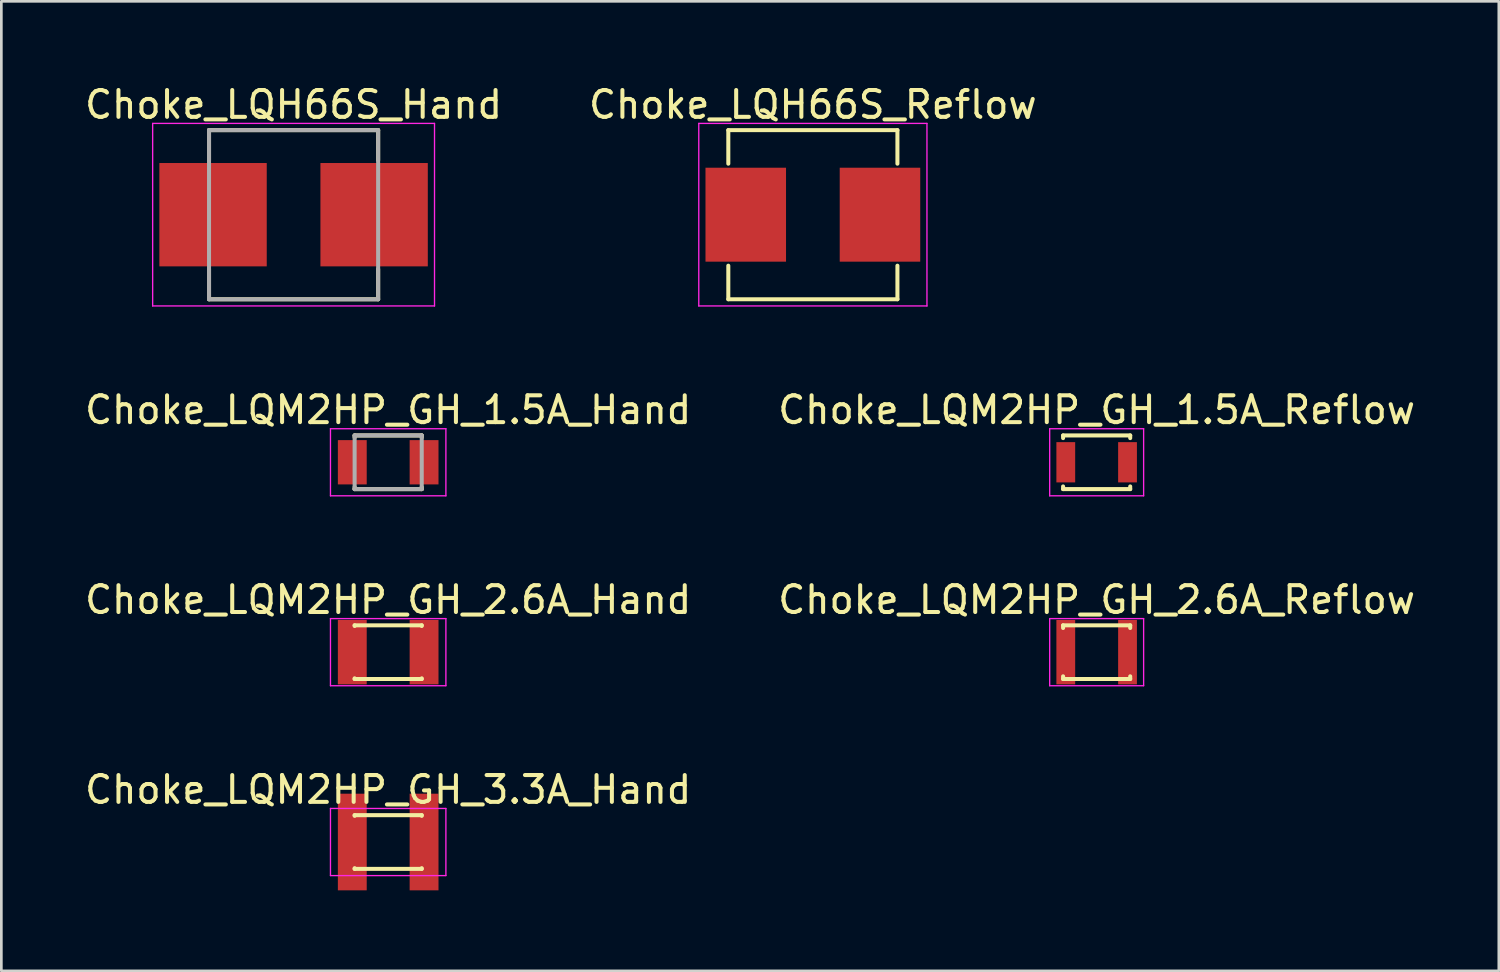
<source format=kicad_pcb>
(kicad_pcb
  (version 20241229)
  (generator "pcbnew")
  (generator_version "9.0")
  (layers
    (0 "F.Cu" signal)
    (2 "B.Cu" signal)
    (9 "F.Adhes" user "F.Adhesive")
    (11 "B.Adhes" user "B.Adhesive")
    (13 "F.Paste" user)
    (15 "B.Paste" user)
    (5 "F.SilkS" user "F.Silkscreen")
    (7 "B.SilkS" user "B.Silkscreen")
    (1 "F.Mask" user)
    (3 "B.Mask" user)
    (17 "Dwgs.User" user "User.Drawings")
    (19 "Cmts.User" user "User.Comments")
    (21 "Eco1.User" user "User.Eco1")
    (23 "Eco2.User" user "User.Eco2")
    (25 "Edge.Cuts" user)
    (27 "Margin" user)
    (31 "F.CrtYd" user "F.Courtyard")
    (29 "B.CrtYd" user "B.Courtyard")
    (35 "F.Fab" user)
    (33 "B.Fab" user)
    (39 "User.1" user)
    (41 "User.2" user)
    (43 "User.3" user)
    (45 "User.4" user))
  (footprint "Choke_LQH66S_Reflow"
    (layer "F.Cu")
    (at 27.232 4.948)
    (property "Reference" "Choke_LQH66S_Reflow" (at 0 -4.1 0) (layer "F.SilkS") (effects (font (size 1 1) (thickness 0.15))))
    (attr smd)
    (fp_line (start -3.15 -3.15) (end -3.15 -1.9) (stroke (width 0.15) (type solid)) (layer "F.SilkS"))
    (fp_line (start -3.15 -3.15) (end 3.15 -3.15) (stroke (width 0.15) (type solid)) (layer "F.SilkS"))
    (fp_line (start -3.15 1.9) (end -3.15 3.15) (stroke (width 0.15) (type solid)) (layer "F.SilkS"))
    (fp_line (start -3.15 3.15) (end 3.15 3.15) (stroke (width 0.15) (type solid)) (layer "F.SilkS"))
    (fp_line (start 3.15 -3.15) (end 3.15 -1.9) (stroke (width 0.15) (type solid)) (layer "F.SilkS"))
    (fp_line (start 3.15 1.9) (end 3.15 3.15) (stroke (width 0.15) (type solid)) (layer "F.SilkS"))
    (fp_line (start -4.25 -3.4) (end -4.25 3.4) (stroke (width 0.05) (type solid)) (layer "F.CrtYd"))
    (fp_line (start -4.25 -3.4) (end 4.25 -3.4) (stroke (width 0.05) (type solid)) (layer "F.CrtYd"))
    (fp_line (start -4.25 3.4) (end 4.25 3.4) (stroke (width 0.05) (type solid)) (layer "F.CrtYd"))
    (fp_line (start 4.25 -3.4) (end 4.25 3.4) (stroke (width 0.05) (type solid)) (layer "F.CrtYd"))
    (pad "1" smd rect (at -2.5 0) (size 3 3.5) (layers "F.Cu" "F.Mask" "F.Paste"))
    (pad "2" smd rect (at 2.5 0) (size 3 3.5) (layers "F.Cu" "F.Mask" "F.Paste")))
  (footprint "Choke_LQM2HP_GH_1.5A_Hand"
    (layer "F.Cu")
    (at 11.411 14.171)
    (property "Reference" "Choke_LQM2HP_GH_1.5A_Hand" (at 0 -1.95 0) (layer "F.SilkS") (effects (font (size 1 1) (thickness 0.15))))
    (attr smd)
    (fp_line (start -1.25 -1) (end -1.25 -0.925) (stroke (width 0.15) (type solid)) (layer "F.SilkS"))
    (fp_line (start -1.25 -1) (end 1.25 -1) (stroke (width 0.15) (type solid)) (layer "F.SilkS"))
    (fp_line (start -1.25 0.925) (end -1.25 1) (stroke (width 0.15) (type solid)) (layer "F.SilkS"))
    (fp_line (start -1.25 1) (end 1.25 1) (stroke (width 0.15) (type solid)) (layer "F.SilkS"))
    (fp_line (start 1.25 -1) (end 1.25 -0.925) (stroke (width 0.15) (type solid)) (layer "F.SilkS"))
    (fp_line (start 1.25 0.925) (end 1.25 1) (stroke (width 0.15) (type solid)) (layer "F.SilkS"))
    (fp_line (start -2.15 -1.25) (end -2.15 1.25) (stroke (width 0.05) (type solid)) (layer "F.CrtYd"))
    (fp_line (start -2.15 -1.25) (end 2.15 -1.25) (stroke (width 0.05) (type solid)) (layer "F.CrtYd"))
    (fp_line (start -2.15 1.25) (end 2.15 1.25) (stroke (width 0.05) (type solid)) (layer "F.CrtYd"))
    (fp_line (start 2.15 -1.25) (end 2.15 1.25) (stroke (width 0.05) (type solid)) (layer "F.CrtYd"))
    (fp_line (start -1.25 -1) (end -1.25 1) (stroke (width 0.15) (type solid)) (layer "F.Fab"))
    (fp_line (start -1.25 -1) (end 1.25 -1) (stroke (width 0.15) (type solid)) (layer "F.Fab"))
    (fp_line (start -1.25 1) (end 1.25 1) (stroke (width 0.15) (type solid)) (layer "F.Fab"))
    (fp_line (start 1.25 -1) (end 1.25 1) (stroke (width 0.15) (type solid)) (layer "F.Fab"))
    (pad "1" smd rect (at -1.337 0) (size 1.075 1.65) (layers "F.Cu" "F.Mask" "F.Paste"))
    (pad "2" smd rect (at 1.337 0) (size 1.075 1.65) (layers "F.Cu" "F.Mask" "F.Paste")))
  (footprint "Choke_LQM2HP_GH_1.5A_Reflow"
    (layer "F.Cu")
    (at 37.804 14.171)
    (property "Reference" "Choke_LQM2HP_GH_1.5A_Reflow" (at 0 -1.95 0) (layer "F.SilkS") (effects (font (size 1 1) (thickness 0.15))))
    (attr smd)
    (fp_line (start -1.25 -1) (end -1.25 -0.9) (stroke (width 0.15) (type solid)) (layer "F.SilkS"))
    (fp_line (start -1.25 -1) (end 1.25 -1) (stroke (width 0.15) (type solid)) (layer "F.SilkS"))
    (fp_line (start -1.25 0.9) (end -1.25 1) (stroke (width 0.15) (type solid)) (layer "F.SilkS"))
    (fp_line (start -1.25 1) (end 1.25 1) (stroke (width 0.15) (type solid)) (layer "F.SilkS"))
    (fp_line (start 1.25 -1) (end 1.25 -0.9) (stroke (width 0.15) (type solid)) (layer "F.SilkS"))
    (fp_line (start 1.25 0.9) (end 1.25 1) (stroke (width 0.15) (type solid)) (layer "F.SilkS"))
    (fp_line (start -1.75 -1.25) (end -1.75 1.25) (stroke (width 0.05) (type solid)) (layer "F.CrtYd"))
    (fp_line (start -1.75 -1.25) (end 1.75 -1.25) (stroke (width 0.05) (type solid)) (layer "F.CrtYd"))
    (fp_line (start -1.75 1.25) (end 1.75 1.25) (stroke (width 0.05) (type solid)) (layer "F.CrtYd"))
    (fp_line (start 1.75 -1.25) (end 1.75 1.25) (stroke (width 0.05) (type solid)) (layer "F.CrtYd"))
    (pad "1" smd rect (at -1.15 0) (size 0.7 1.5) (layers "F.Cu" "F.Mask" "F.Paste"))
    (pad "2" smd rect (at 1.15 0) (size 0.7 1.5) (layers "F.Cu" "F.Mask" "F.Paste")))
  (footprint "Choke_LQM2HP_GH_2.6A_Reflow"
    (layer "F.Cu")
    (at 37.804 21.245)
    (property "Reference" "Choke_LQM2HP_GH_2.6A_Reflow" (at 0 -1.95 0) (layer "F.SilkS") (effects (font (size 1 1) (thickness 0.15))))
    (attr smd)
    (fp_line (start -1.25 -1) (end -1.25 -0.9) (stroke (width 0.15) (type solid)) (layer "F.SilkS"))
    (fp_line (start -1.25 -1) (end 1.25 -1) (stroke (width 0.15) (type solid)) (layer "F.SilkS"))
    (fp_line (start -1.25 0.9) (end -1.25 1) (stroke (width 0.15) (type solid)) (layer "F.SilkS"))
    (fp_line (start -1.25 1) (end 1.25 1) (stroke (width 0.15) (type solid)) (layer "F.SilkS"))
    (fp_line (start 1.25 -1) (end 1.25 -0.9) (stroke (width 0.15) (type solid)) (layer "F.SilkS"))
    (fp_line (start 1.25 0.9) (end 1.25 1) (stroke (width 0.15) (type solid)) (layer "F.SilkS"))
    (fp_line (start -1.75 -1.25) (end -1.75 1.25) (stroke (width 0.05) (type solid)) (layer "F.CrtYd"))
    (fp_line (start -1.75 -1.25) (end 1.75 -1.25) (stroke (width 0.05) (type solid)) (layer "F.CrtYd"))
    (fp_line (start -1.75 1.25) (end 1.75 1.25) (stroke (width 0.05) (type solid)) (layer "F.CrtYd"))
    (fp_line (start 1.75 -1.25) (end 1.75 1.25) (stroke (width 0.05) (type solid)) (layer "F.CrtYd"))
    (pad "" smd rect (at -1.15 0) (size 0.7 1.5) (layers "F.Mask" "F.Paste"))
    (pad "" smd rect (at 1.15 0) (size 0.7 1.5) (layers "F.Mask" "F.Paste"))
    (pad "1" smd rect (at -1.15 0) (size 0.7 2.4) (layers "F.Cu"))
    (pad "2" smd rect (at 1.15 0) (size 0.7 2.4) (layers "F.Cu")))
  (footprint "Choke_LQM2HP_GH_2.6A_Hand"
    (layer "F.Cu")
    (at 11.411 21.245)
    (property "Reference" "Choke_LQM2HP_GH_2.6A_Hand" (at 0 -1.95 0) (layer "F.SilkS") (effects (font (size 1 1) (thickness 0.15))))
    (attr smd)
    (fp_line (start -1.25 -1) (end -1.25 -0.975) (stroke (width 0.15) (type solid)) (layer "F.SilkS"))
    (fp_line (start -1.25 -1) (end 1.25 -1) (stroke (width 0.15) (type solid)) (layer "F.SilkS"))
    (fp_line (start -1.25 0.975) (end -1.25 1) (stroke (width 0.15) (type solid)) (layer "F.SilkS"))
    (fp_line (start -1.25 1) (end 1.25 1) (stroke (width 0.15) (type solid)) (layer "F.SilkS"))
    (fp_line (start 1.25 -1) (end 1.25 -0.975) (stroke (width 0.15) (type solid)) (layer "F.SilkS"))
    (fp_line (start 1.25 0.975) (end 1.25 1) (stroke (width 0.15) (type solid)) (layer "F.SilkS"))
    (fp_line (start -2.15 -1.25) (end -2.15 1.25) (stroke (width 0.05) (type solid)) (layer "F.CrtYd"))
    (fp_line (start -2.15 -1.25) (end 2.15 -1.25) (stroke (width 0.05) (type solid)) (layer "F.CrtYd"))
    (fp_line (start -2.15 1.25) (end 2.15 1.25) (stroke (width 0.05) (type solid)) (layer "F.CrtYd"))
    (fp_line (start 2.15 -1.25) (end 2.15 1.25) (stroke (width 0.05) (type solid)) (layer "F.CrtYd"))
    (pad "" smd rect (at -1.337 0) (size 1.075 1.65) (layers "F.Mask" "F.Paste"))
    (pad "" smd rect (at 1.337 0) (size 1.075 1.65) (layers "F.Mask" "F.Paste"))
    (pad "1" smd rect (at -1.337 0) (size 1.075 2.4) (layers "F.Cu"))
    (pad "2" smd rect (at 1.337 0) (size 1.075 2.4) (layers "F.Cu")))
  (footprint "Choke_LQH66S_Hand"
    (layer "F.Cu")
    (at 7.887 4.948)
    (property "Reference" "Choke_LQH66S_Hand" (at 0 -4.1 0) (layer "F.SilkS") (effects (font (size 1 1) (thickness 0.15))))
    (attr smd)
    (fp_line (start -3.15 -3.15) (end -3.15 -2.025) (stroke (width 0.15) (type solid)) (layer "F.SilkS"))
    (fp_line (start -3.15 -3.15) (end 3.15 -3.15) (stroke (width 0.15) (type solid)) (layer "F.SilkS"))
    (fp_line (start -3.15 2.025) (end -3.15 3.15) (stroke (width 0.15) (type solid)) (layer "F.SilkS"))
    (fp_line (start -3.15 3.15) (end 3.15 3.15) (stroke (width 0.15) (type solid)) (layer "F.SilkS"))
    (fp_line (start 3.15 -3.15) (end 3.15 -2.025) (stroke (width 0.15) (type solid)) (layer "F.SilkS"))
    (fp_line (start 3.15 2.025) (end 3.15 3.15) (stroke (width 0.15) (type solid)) (layer "F.SilkS"))
    (fp_line (start -5.25 -3.4) (end -5.25 3.4) (stroke (width 0.05) (type solid)) (layer "F.CrtYd"))
    (fp_line (start -5.25 -3.4) (end 5.25 -3.4) (stroke (width 0.05) (type solid)) (layer "F.CrtYd"))
    (fp_line (start -5.25 3.4) (end 5.25 3.4) (stroke (width 0.05) (type solid)) (layer "F.CrtYd"))
    (fp_line (start 5.25 -3.4) (end 5.25 3.4) (stroke (width 0.05) (type solid)) (layer "F.CrtYd"))
    (fp_line (start -3.15 -3.15) (end -3.15 3.15) (stroke (width 0.15) (type solid)) (layer "F.Fab"))
    (fp_line (start -3.15 -3.15) (end 3.15 -3.15) (stroke (width 0.15) (type solid)) (layer "F.Fab"))
    (fp_line (start -3.15 3.15) (end 3.15 3.15) (stroke (width 0.15) (type solid)) (layer "F.Fab"))
    (fp_line (start 3.15 -3.15) (end 3.15 3.15) (stroke (width 0.15) (type solid)) (layer "F.Fab"))
    (pad "1" smd rect (at -3 0) (size 4 3.85) (layers "F.Cu" "F.Mask" "F.Paste"))
    (pad "2" smd rect (at 3 0) (size 4 3.85) (layers "F.Cu" "F.Mask" "F.Paste")))
  (footprint "Choke_LQM2HP_GH_3.3A_Hand"
    (layer "F.Cu")
    (at 11.411 28.318)
    (property "Reference" "Choke_LQM2HP_GH_3.3A_Hand" (at 0 -1.95 0) (layer "F.SilkS") (effects (font (size 1 1) (thickness 0.15))))
    (attr smd)
    (fp_line (start -1.25 -1) (end -1.25 -0.975) (stroke (width 0.15) (type solid)) (layer "F.SilkS"))
    (fp_line (start -1.25 -1) (end 1.25 -1) (stroke (width 0.15) (type solid)) (layer "F.SilkS"))
    (fp_line (start -1.25 0.975) (end -1.25 1) (stroke (width 0.15) (type solid)) (layer "F.SilkS"))
    (fp_line (start -1.25 1) (end 1.25 1) (stroke (width 0.15) (type solid)) (layer "F.SilkS"))
    (fp_line (start 1.25 -1) (end 1.25 -0.975) (stroke (width 0.15) (type solid)) (layer "F.SilkS"))
    (fp_line (start 1.25 0.975) (end 1.25 1) (stroke (width 0.15) (type solid)) (layer "F.SilkS"))
    (fp_line (start -2.15 -1.25) (end -2.15 1.25) (stroke (width 0.05) (type solid)) (layer "F.CrtYd"))
    (fp_line (start -2.15 -1.25) (end 2.15 -1.25) (stroke (width 0.05) (type solid)) (layer "F.CrtYd"))
    (fp_line (start -2.15 1.25) (end 2.15 1.25) (stroke (width 0.05) (type solid)) (layer "F.CrtYd"))
    (fp_line (start 2.15 -1.25) (end 2.15 1.25) (stroke (width 0.05) (type solid)) (layer "F.CrtYd"))
    (pad "" smd rect (at -1.337 0) (size 1.075 1.65) (layers "F.Mask" "F.Paste"))
    (pad "" smd rect (at 1.337 0) (size 1.075 1.65) (layers "F.Mask" "F.Paste"))
    (pad "1" smd rect (at -1.337 0) (size 1.075 3.6) (layers "F.Cu"))
    (pad "2" smd rect (at 1.337 0) (size 1.075 3.6) (layers "F.Cu")))
  (gr_rect
    (start -3 -3)
    (end 52.786 33.118)
    (stroke (width 0.1) (type default))
    (fill no)
    (layer "Edge.Cuts")))
</source>
